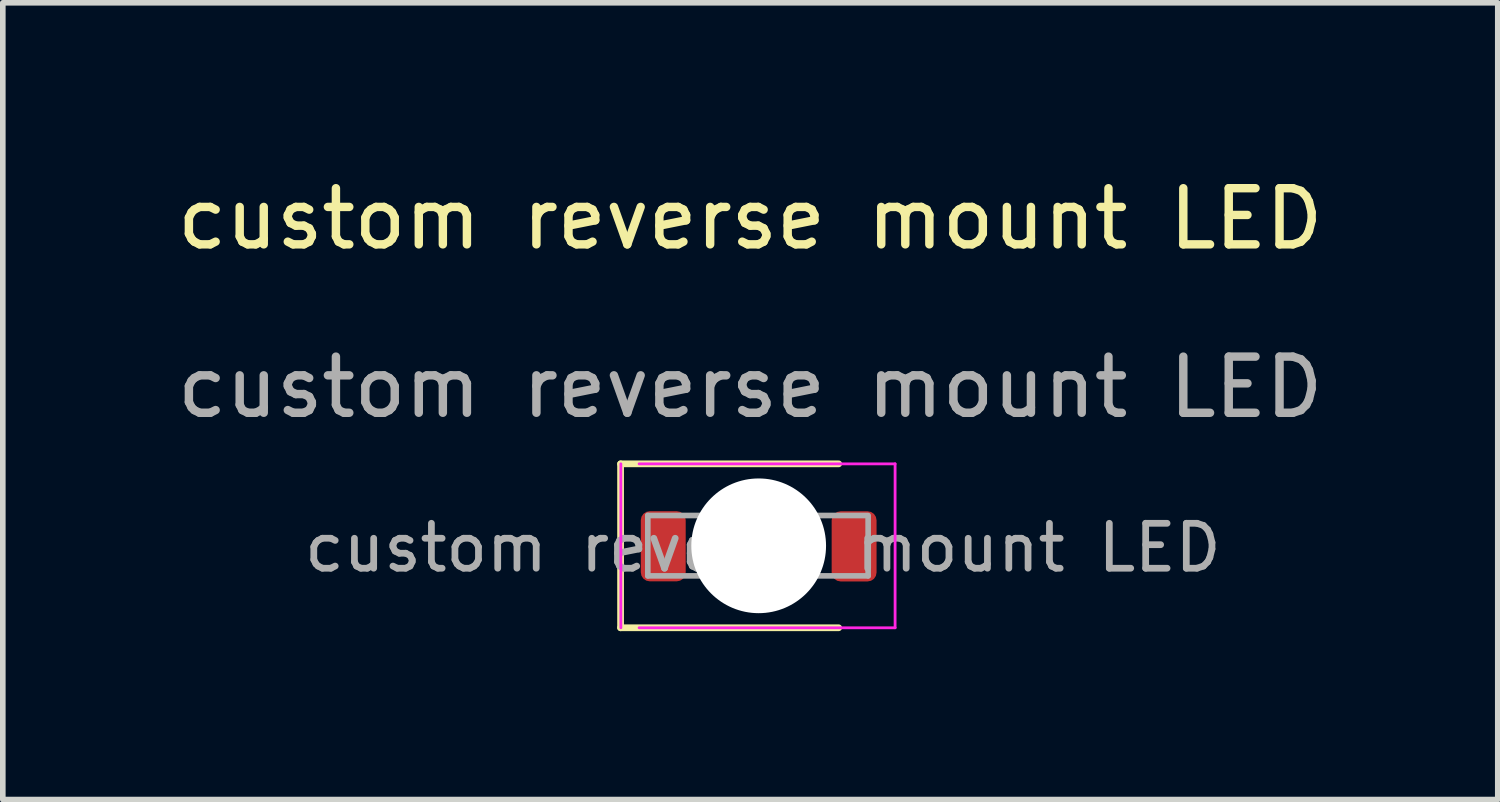
<source format=kicad_pcb>
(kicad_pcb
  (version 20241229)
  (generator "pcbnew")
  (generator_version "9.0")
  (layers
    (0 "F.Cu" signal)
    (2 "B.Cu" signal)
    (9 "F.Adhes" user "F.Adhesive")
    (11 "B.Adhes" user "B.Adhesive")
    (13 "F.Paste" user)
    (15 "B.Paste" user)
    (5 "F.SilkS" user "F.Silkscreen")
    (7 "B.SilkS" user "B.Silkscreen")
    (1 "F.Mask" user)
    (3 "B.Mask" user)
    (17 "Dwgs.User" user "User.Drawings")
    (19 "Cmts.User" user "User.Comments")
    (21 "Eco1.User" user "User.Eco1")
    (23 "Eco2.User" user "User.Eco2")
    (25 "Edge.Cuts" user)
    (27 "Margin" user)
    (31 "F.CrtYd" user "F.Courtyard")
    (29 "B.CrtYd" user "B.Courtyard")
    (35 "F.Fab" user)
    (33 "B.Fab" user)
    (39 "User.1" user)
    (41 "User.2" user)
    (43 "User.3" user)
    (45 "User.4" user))
  (footprint "custom reverse mount LED"
    (layer "F.Cu")
    (at 10.315 1.348)
    (property "Reference" "custom reverse mount LED" (at 0 -0.5 0) (unlocked yes) (layer "F.SilkS") (effects (font (size 1 1) (thickness 0.15))))
    (fp_line (start -2.31 3.865) (end -2.31 6.785) (stroke (width 0.12) (type solid)) (layer "F.SilkS"))
    (fp_line (start -2.31 6.785) (end 1.575 6.785) (stroke (width 0.12) (type solid)) (layer "F.SilkS"))
    (fp_line (start 1.575 3.865) (end -2.31 3.865) (stroke (width 0.12) (type solid)) (layer "F.SilkS"))
    (fp_line (start -2.305 6.785) (end -2.305 3.865) (stroke (width 0.05) (type solid)) (layer "F.CrtYd"))
    (fp_line (start -1.98 3.865) (end 2.58 3.865) (stroke (width 0.05) (type solid)) (layer "F.CrtYd"))
    (fp_line (start 2.58 3.865) (end 2.58 6.785) (stroke (width 0.05) (type solid)) (layer "F.CrtYd"))
    (fp_line (start 2.58 6.785) (end -1.98 6.785) (stroke (width 0.05) (type solid)) (layer "F.CrtYd"))
    (fp_line (start -1.825 4.785) (end -1.825 5.86) (stroke (width 0.1) (type solid)) (layer "F.Fab"))
    (fp_line (start -1.825 5.86) (end 2.1 5.86) (stroke (width 0.1) (type solid)) (layer "F.Fab"))
    (fp_line (start 2.075 4.785) (end -1.825 4.785) (stroke (width 0.1) (type solid)) (layer "F.Fab"))
    (fp_line (start 2.1 5.86) (end 2.1 4.785) (stroke (width 0.1) (type solid)) (layer "F.Fab"))
    (fp_text user "${REFERENCE}" (at 0 2.5 0) (unlocked yes) (layer "F.Fab") (effects (font (size 1 1) (thickness 0.15))))
    (fp_text user "${REFERENCE}" (at 0.225 5.36 0) (layer "F.Fab") (effects (font (size 0.8 0.8) (thickness 0.12))))
    (pad "" np_thru_hole circle (at 0.15 5.325) (size 2.4 2.4) (drill 2.4) (layers "*.Cu" "*.Mask"))
    (pad "1" smd roundrect (at -1.55 5.333) (size 0.8 1.25) (layers "F.Cu" "F.Mask" "F.Paste") (roundrect_rratio 0.2))
    (pad "2" smd roundrect (at 1.85 5.335) (size 0.8 1.25) (layers "F.Cu" "F.Mask" "F.Paste") (roundrect_rratio 0.2)))
  (gr_rect
    (start -3 -3)
    (end 23.631 11.193)
    (stroke (width 0.1) (type default))
    (fill no)
    (layer "Edge.Cuts")))
</source>
